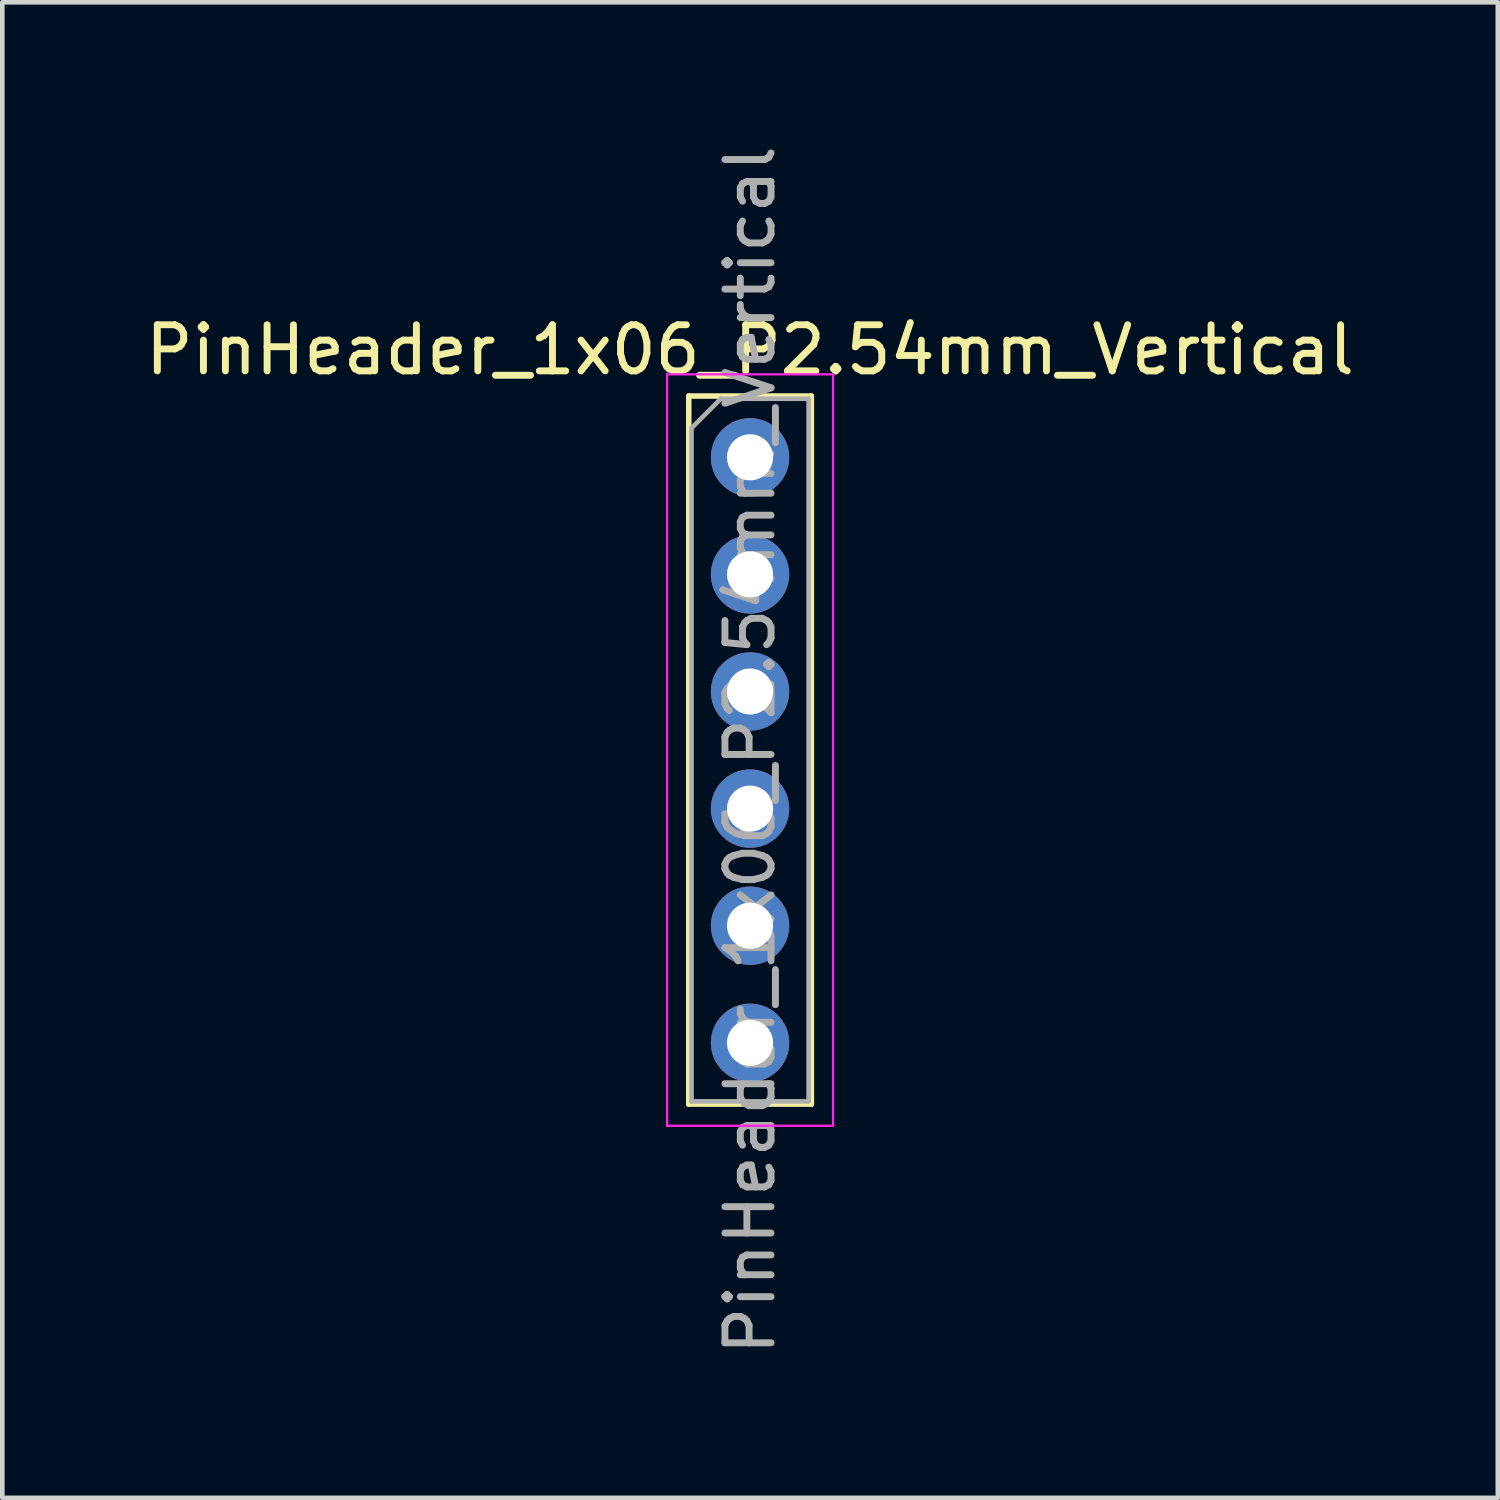
<source format=kicad_pcb>
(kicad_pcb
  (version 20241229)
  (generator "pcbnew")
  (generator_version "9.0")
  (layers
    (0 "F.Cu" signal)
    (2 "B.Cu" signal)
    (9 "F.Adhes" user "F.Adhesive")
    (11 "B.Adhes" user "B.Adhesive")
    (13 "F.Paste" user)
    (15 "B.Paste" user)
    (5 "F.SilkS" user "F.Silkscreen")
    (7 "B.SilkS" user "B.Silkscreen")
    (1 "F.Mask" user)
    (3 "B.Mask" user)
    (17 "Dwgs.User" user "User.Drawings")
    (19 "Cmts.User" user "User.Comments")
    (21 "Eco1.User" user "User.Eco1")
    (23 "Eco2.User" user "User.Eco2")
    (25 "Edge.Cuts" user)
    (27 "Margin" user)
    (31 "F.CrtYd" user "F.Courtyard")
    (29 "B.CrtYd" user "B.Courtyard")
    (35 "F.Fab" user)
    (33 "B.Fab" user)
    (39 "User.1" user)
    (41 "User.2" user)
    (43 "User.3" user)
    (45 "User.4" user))
  (footprint "PinHeader_1x06_P2.54mm_Vertical"
    (layer "F.Cu")
    (at 13.22 6.87)
    (property "Reference" "PinHeader_1x06_P2.54mm_Vertical" (at 0 -2.33 0) (layer "F.SilkS") (effects (font (size 1 1) (thickness 0.15))))
    (attr through_hole)
    (fp_line (start -1.33 -1.33) (end -1.33 14.03) (stroke (width 0.12) (type solid)) (layer "F.SilkS"))
    (fp_line (start -1.33 -1.33) (end 1.33 -1.33) (stroke (width 0.12) (type solid)) (layer "F.SilkS"))
    (fp_line (start -1.33 14.03) (end 1.33 14.03) (stroke (width 0.12) (type solid)) (layer "F.SilkS"))
    (fp_line (start 1.33 -1.33) (end 1.33 14.03) (stroke (width 0.12) (type solid)) (layer "F.SilkS"))
    (fp_line (start -1.8 -1.8) (end -1.8 14.5) (stroke (width 0.05) (type solid)) (layer "F.CrtYd"))
    (fp_line (start -1.8 14.5) (end 1.8 14.5) (stroke (width 0.05) (type solid)) (layer "F.CrtYd"))
    (fp_line (start 1.8 -1.8) (end -1.8 -1.8) (stroke (width 0.05) (type solid)) (layer "F.CrtYd"))
    (fp_line (start 1.8 14.5) (end 1.8 -1.8) (stroke (width 0.05) (type solid)) (layer "F.CrtYd"))
    (fp_line (start -1.27 -0.635) (end -0.635 -1.27) (stroke (width 0.1) (type solid)) (layer "F.Fab"))
    (fp_line (start -1.27 13.97) (end -1.27 -0.635) (stroke (width 0.1) (type solid)) (layer "F.Fab"))
    (fp_line (start -0.635 -1.27) (end 1.27 -1.27) (stroke (width 0.1) (type solid)) (layer "F.Fab"))
    (fp_line (start 1.27 -1.27) (end 1.27 13.97) (stroke (width 0.1) (type solid)) (layer "F.Fab"))
    (fp_line (start 1.27 13.97) (end -1.27 13.97) (stroke (width 0.1) (type solid)) (layer "F.Fab"))
    (fp_text user "${REFERENCE}" (at 0 6.35 90) (layer "F.Fab") (effects (font (size 1 1) (thickness 0.15))))
    (pad "1" thru_hole circle (at 0 0) (size 1.7 1.7) (drill 1) (layers "*.Cu" "*.Mask"))
    (pad "2" thru_hole oval (at 0 2.54) (size 1.7 1.7) (drill 1) (layers "*.Cu" "*.Mask"))
    (pad "3" thru_hole oval (at 0 5.08) (size 1.7 1.7) (drill 1) (layers "*.Cu" "*.Mask"))
    (pad "4" thru_hole oval (at 0 7.62) (size 1.7 1.7) (drill 1) (layers "*.Cu" "*.Mask"))
    (pad "5" thru_hole oval (at 0 10.16) (size 1.7 1.7) (drill 1) (layers "*.Cu" "*.Mask"))
    (pad "6" thru_hole oval (at 0 12.7) (size 1.7 1.7) (drill 1) (layers "*.Cu" "*.Mask")))
  (gr_rect
    (start -3 -3)
    (end 29.44 29.44)
    (stroke (width 0.1) (type default))
    (fill no)
    (layer "Edge.Cuts")))
</source>
